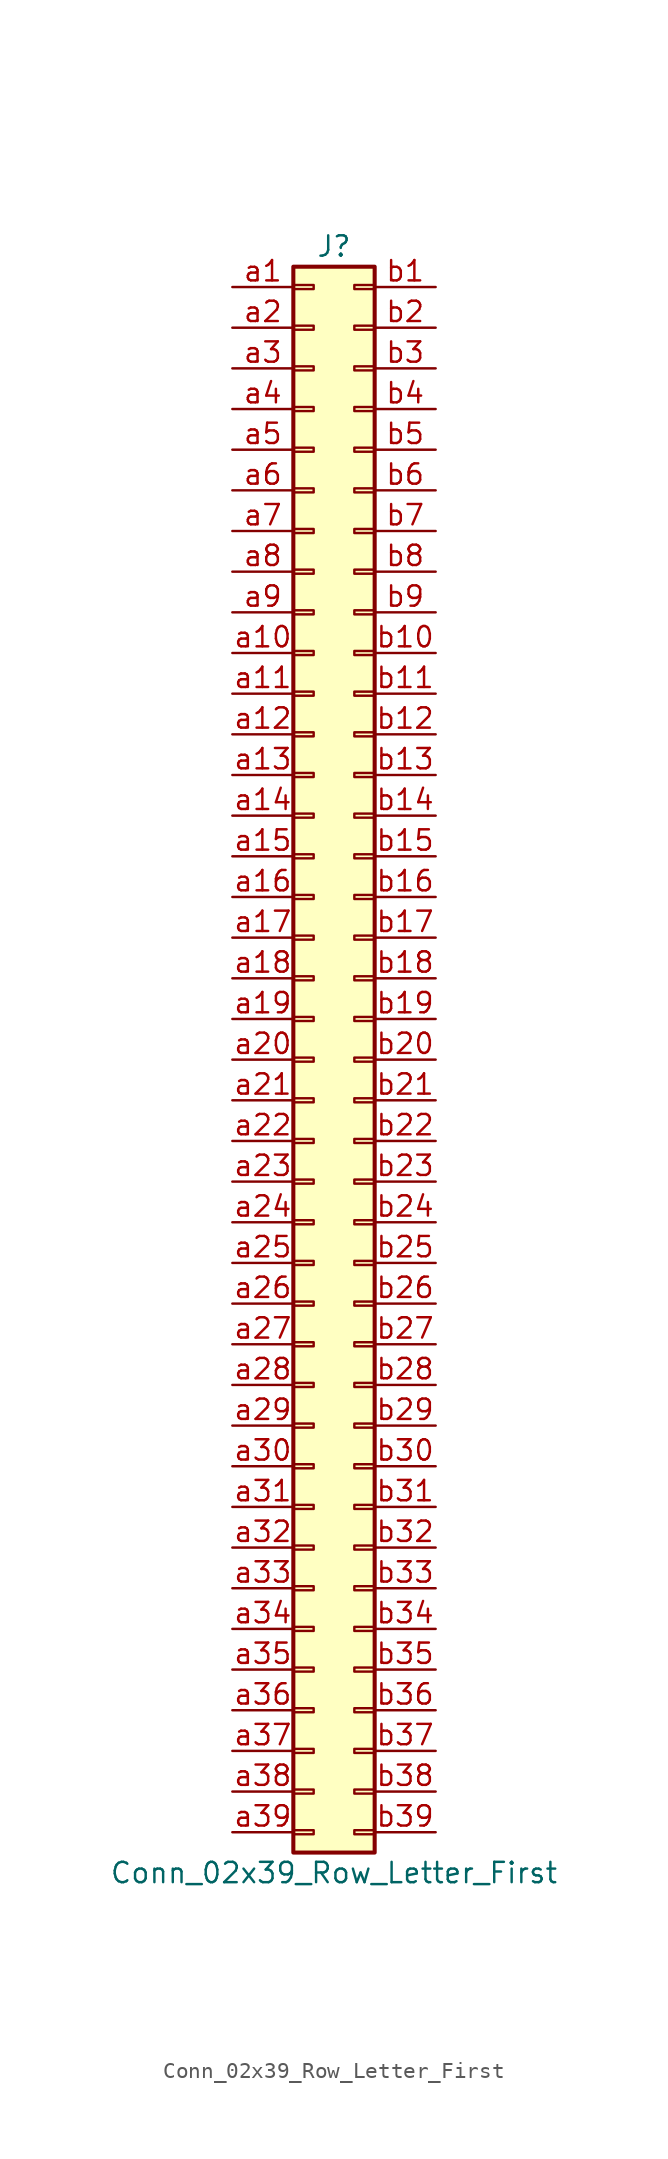
<source format=kicad_sym>
(kicad_symbol_lib
  (version 20220914)
  (generator kicad_symbol_editor)
  (symbol "Conn_02x39_Row_Letter_First"
    (pin_names
      (offset 1.016) hide)
    (property "Reference" "J"
      (at 1.27 50.8 0)
      (effects (font (size 1.27 1.27))))
    (property "Value" "Conn_02x39_Row_Letter_First"
      (at 1.27 -50.8 0)
      (effects (font (size 1.27 1.27))))
    (symbol "Conn_02x39_Row_Letter_First_1_1"
      (rectangle (start -1.27 -48.133) (end 0 -48.387) (stroke (width 0.152) (type solid)) (fill (type none)))
      (rectangle (start -1.27 -45.593) (end 0 -45.847) (stroke (width 0.152) (type solid)) (fill (type none)))
      (rectangle (start -1.27 -43.053) (end 0 -43.307) (stroke (width 0.152) (type solid)) (fill (type none)))
      (rectangle (start -1.27 -40.513) (end 0 -40.767) (stroke (width 0.152) (type solid)) (fill (type none)))
      (rectangle (start -1.27 -37.973) (end 0 -38.227) (stroke (width 0.152) (type solid)) (fill (type none)))
      (rectangle (start -1.27 -35.433) (end 0 -35.687) (stroke (width 0.152) (type solid)) (fill (type none)))
      (rectangle (start -1.27 -32.893) (end 0 -33.147) (stroke (width 0.152) (type solid)) (fill (type none)))
      (rectangle (start -1.27 -30.353) (end 0 -30.607) (stroke (width 0.152) (type solid)) (fill (type none)))
      (rectangle (start -1.27 -27.813) (end 0 -28.067) (stroke (width 0.152) (type solid)) (fill (type none)))
      (rectangle (start -1.27 -25.273) (end 0 -25.527) (stroke (width 0.152) (type solid)) (fill (type none)))
      (rectangle (start -1.27 -22.733) (end 0 -22.987) (stroke (width 0.152) (type solid)) (fill (type none)))
      (rectangle (start -1.27 -20.193) (end 0 -20.447) (stroke (width 0.152) (type solid)) (fill (type none)))
      (rectangle (start -1.27 -17.653) (end 0 -17.907) (stroke (width 0.152) (type solid)) (fill (type none)))
      (rectangle (start -1.27 -15.113) (end 0 -15.367) (stroke (width 0.152) (type solid)) (fill (type none)))
      (rectangle (start -1.27 -12.573) (end 0 -12.827) (stroke (width 0.152) (type solid)) (fill (type none)))
      (rectangle (start -1.27 -10.033) (end 0 -10.287) (stroke (width 0.152) (type solid)) (fill (type none)))
      (rectangle (start -1.27 -7.493) (end 0 -7.747) (stroke (width 0.152) (type solid)) (fill (type none)))
      (rectangle (start -1.27 -4.953) (end 0 -5.207) (stroke (width 0.152) (type solid)) (fill (type none)))
      (rectangle (start -1.27 -2.413) (end 0 -2.667) (stroke (width 0.152) (type solid)) (fill (type none)))
      (rectangle (start -1.27 0.127) (end 0 -0.127) (stroke (width 0.152) (type solid)) (fill (type none)))
      (rectangle (start -1.27 2.667) (end 0 2.413) (stroke (width 0.152) (type solid)) (fill (type none)))
      (rectangle (start -1.27 5.207) (end 0 4.953) (stroke (width 0.152) (type solid)) (fill (type none)))
      (rectangle (start -1.27 7.747) (end 0 7.493) (stroke (width 0.152) (type solid)) (fill (type none)))
      (rectangle (start -1.27 10.287) (end 0 10.033) (stroke (width 0.152) (type solid)) (fill (type none)))
      (rectangle (start -1.27 12.827) (end 0 12.573) (stroke (width 0.152) (type solid)) (fill (type none)))
      (rectangle (start -1.27 15.367) (end 0 15.113) (stroke (width 0.152) (type solid)) (fill (type none)))
      (rectangle (start -1.27 17.907) (end 0 17.653) (stroke (width 0.152) (type solid)) (fill (type none)))
      (rectangle (start -1.27 20.447) (end 0 20.193) (stroke (width 0.152) (type solid)) (fill (type none)))
      (rectangle (start -1.27 22.987) (end 0 22.733) (stroke (width 0.152) (type solid)) (fill (type none)))
      (rectangle (start -1.27 25.527) (end 0 25.273) (stroke (width 0.152) (type solid)) (fill (type none)))
      (rectangle (start -1.27 28.067) (end 0 27.813) (stroke (width 0.152) (type solid)) (fill (type none)))
      (rectangle (start -1.27 30.607) (end 0 30.353) (stroke (width 0.152) (type solid)) (fill (type none)))
      (rectangle (start -1.27 33.147) (end 0 32.893) (stroke (width 0.152) (type solid)) (fill (type none)))
      (rectangle (start -1.27 35.687) (end 0 35.433) (stroke (width 0.152) (type solid)) (fill (type none)))
      (rectangle (start -1.27 38.227) (end 0 37.973) (stroke (width 0.152) (type solid)) (fill (type none)))
      (rectangle (start -1.27 40.767) (end 0 40.513) (stroke (width 0.152) (type solid)) (fill (type none)))
      (rectangle (start -1.27 43.307) (end 0 43.053) (stroke (width 0.152) (type solid)) (fill (type none)))
      (rectangle (start -1.27 45.847) (end 0 45.593) (stroke (width 0.152) (type solid)) (fill (type none)))
      (rectangle (start -1.27 48.387) (end 0 48.133) (stroke (width 0.152) (type solid)) (fill (type none)))
      (rectangle (start -1.27 49.53) (end 3.81 -49.53) (stroke (width 0.254) (type solid)) (fill (type background)))
      (rectangle (start 3.81 -48.133) (end 2.54 -48.387) (stroke (width 0.152) (type solid)) (fill (type none)))
      (rectangle (start 3.81 -45.593) (end 2.54 -45.847) (stroke (width 0.152) (type solid)) (fill (type none)))
      (rectangle (start 3.81 -43.053) (end 2.54 -43.307) (stroke (width 0.152) (type solid)) (fill (type none)))
      (rectangle (start 3.81 -40.513) (end 2.54 -40.767) (stroke (width 0.152) (type solid)) (fill (type none)))
      (rectangle (start 3.81 -37.973) (end 2.54 -38.227) (stroke (width 0.152) (type solid)) (fill (type none)))
      (rectangle (start 3.81 -35.433) (end 2.54 -35.687) (stroke (width 0.152) (type solid)) (fill (type none)))
      (rectangle (start 3.81 -32.893) (end 2.54 -33.147) (stroke (width 0.152) (type solid)) (fill (type none)))
      (rectangle (start 3.81 -30.353) (end 2.54 -30.607) (stroke (width 0.152) (type solid)) (fill (type none)))
      (rectangle (start 3.81 -27.813) (end 2.54 -28.067) (stroke (width 0.152) (type solid)) (fill (type none)))
      (rectangle (start 3.81 -25.273) (end 2.54 -25.527) (stroke (width 0.152) (type solid)) (fill (type none)))
      (rectangle (start 3.81 -22.733) (end 2.54 -22.987) (stroke (width 0.152) (type solid)) (fill (type none)))
      (rectangle (start 3.81 -20.193) (end 2.54 -20.447) (stroke (width 0.152) (type solid)) (fill (type none)))
      (rectangle (start 3.81 -17.653) (end 2.54 -17.907) (stroke (width 0.152) (type solid)) (fill (type none)))
      (rectangle (start 3.81 -15.113) (end 2.54 -15.367) (stroke (width 0.152) (type solid)) (fill (type none)))
      (rectangle (start 3.81 -12.573) (end 2.54 -12.827) (stroke (width 0.152) (type solid)) (fill (type none)))
      (rectangle (start 3.81 -10.033) (end 2.54 -10.287) (stroke (width 0.152) (type solid)) (fill (type none)))
      (rectangle (start 3.81 -7.493) (end 2.54 -7.747) (stroke (width 0.152) (type solid)) (fill (type none)))
      (rectangle (start 3.81 -4.953) (end 2.54 -5.207) (stroke (width 0.152) (type solid)) (fill (type none)))
      (rectangle (start 3.81 -2.413) (end 2.54 -2.667) (stroke (width 0.152) (type solid)) (fill (type none)))
      (rectangle (start 3.81 0.127) (end 2.54 -0.127) (stroke (width 0.152) (type solid)) (fill (type none)))
      (rectangle (start 3.81 2.667) (end 2.54 2.413) (stroke (width 0.152) (type solid)) (fill (type none)))
      (rectangle (start 3.81 5.207) (end 2.54 4.953) (stroke (width 0.152) (type solid)) (fill (type none)))
      (rectangle (start 3.81 7.747) (end 2.54 7.493) (stroke (width 0.152) (type solid)) (fill (type none)))
      (rectangle (start 3.81 10.287) (end 2.54 10.033) (stroke (width 0.152) (type solid)) (fill (type none)))
      (rectangle (start 3.81 12.827) (end 2.54 12.573) (stroke (width 0.152) (type solid)) (fill (type none)))
      (rectangle (start 3.81 15.367) (end 2.54 15.113) (stroke (width 0.152) (type solid)) (fill (type none)))
      (rectangle (start 3.81 17.907) (end 2.54 17.653) (stroke (width 0.152) (type solid)) (fill (type none)))
      (rectangle (start 3.81 20.447) (end 2.54 20.193) (stroke (width 0.152) (type solid)) (fill (type none)))
      (rectangle (start 3.81 22.987) (end 2.54 22.733) (stroke (width 0.152) (type solid)) (fill (type none)))
      (rectangle (start 3.81 25.527) (end 2.54 25.273) (stroke (width 0.152) (type solid)) (fill (type none)))
      (rectangle (start 3.81 28.067) (end 2.54 27.813) (stroke (width 0.152) (type solid)) (fill (type none)))
      (rectangle (start 3.81 30.607) (end 2.54 30.353) (stroke (width 0.152) (type solid)) (fill (type none)))
      (rectangle (start 3.81 33.147) (end 2.54 32.893) (stroke (width 0.152) (type solid)) (fill (type none)))
      (rectangle (start 3.81 35.687) (end 2.54 35.433) (stroke (width 0.152) (type solid)) (fill (type none)))
      (rectangle (start 3.81 38.227) (end 2.54 37.973) (stroke (width 0.152) (type solid)) (fill (type none)))
      (rectangle (start 3.81 40.767) (end 2.54 40.513) (stroke (width 0.152) (type solid)) (fill (type none)))
      (rectangle (start 3.81 43.307) (end 2.54 43.053) (stroke (width 0.152) (type solid)) (fill (type none)))
      (rectangle (start 3.81 45.847) (end 2.54 45.593) (stroke (width 0.152) (type solid)) (fill (type none)))
      (rectangle (start 3.81 48.387) (end 2.54 48.133) (stroke (width 0.152) (type solid)) (fill (type none)))
      (pin passive line (at -5.08 48.26 0) (length 3.81) (name "Pin_a1" (effects (font (size 1.27 1.27)))) (number "a1" (effects (font (size 1.27 1.27)))))
      (pin passive line (at -5.08 25.4 0) (length 3.81) (name "Pin_a10" (effects (font (size 1.27 1.27)))) (number "a10" (effects (font (size 1.27 1.27)))))
      (pin passive line (at -5.08 22.86 0) (length 3.81) (name "Pin_a11" (effects (font (size 1.27 1.27)))) (number "a11" (effects (font (size 1.27 1.27)))))
      (pin passive line (at -5.08 20.32 0) (length 3.81) (name "Pin_a12" (effects (font (size 1.27 1.27)))) (number "a12" (effects (font (size 1.27 1.27)))))
      (pin passive line (at -5.08 17.78 0) (length 3.81) (name "Pin_a13" (effects (font (size 1.27 1.27)))) (number "a13" (effects (font (size 1.27 1.27)))))
      (pin passive line (at -5.08 15.24 0) (length 3.81) (name "Pin_a14" (effects (font (size 1.27 1.27)))) (number "a14" (effects (font (size 1.27 1.27)))))
      (pin passive line (at -5.08 12.7 0) (length 3.81) (name "Pin_a15" (effects (font (size 1.27 1.27)))) (number "a15" (effects (font (size 1.27 1.27)))))
      (pin passive line (at -5.08 10.16 0) (length 3.81) (name "Pin_a16" (effects (font (size 1.27 1.27)))) (number "a16" (effects (font (size 1.27 1.27)))))
      (pin passive line (at -5.08 7.62 0) (length 3.81) (name "Pin_a17" (effects (font (size 1.27 1.27)))) (number "a17" (effects (font (size 1.27 1.27)))))
      (pin passive line (at -5.08 5.08 0) (length 3.81) (name "Pin_a18" (effects (font (size 1.27 1.27)))) (number "a18" (effects (font (size 1.27 1.27)))))
      (pin passive line (at -5.08 2.54 0) (length 3.81) (name "Pin_a19" (effects (font (size 1.27 1.27)))) (number "a19" (effects (font (size 1.27 1.27)))))
      (pin passive line (at -5.08 45.72 0) (length 3.81) (name "Pin_a2" (effects (font (size 1.27 1.27)))) (number "a2" (effects (font (size 1.27 1.27)))))
      (pin passive line (at -5.08 0 0) (length 3.81) (name "Pin_a20" (effects (font (size 1.27 1.27)))) (number "a20" (effects (font (size 1.27 1.27)))))
      (pin passive line (at -5.08 -2.54 0) (length 3.81) (name "Pin_a21" (effects (font (size 1.27 1.27)))) (number "a21" (effects (font (size 1.27 1.27)))))
      (pin passive line (at -5.08 -5.08 0) (length 3.81) (name "Pin_a22" (effects (font (size 1.27 1.27)))) (number "a22" (effects (font (size 1.27 1.27)))))
      (pin passive line (at -5.08 -7.62 0) (length 3.81) (name "Pin_a23" (effects (font (size 1.27 1.27)))) (number "a23" (effects (font (size 1.27 1.27)))))
      (pin passive line (at -5.08 -10.16 0) (length 3.81) (name "Pin_a24" (effects (font (size 1.27 1.27)))) (number "a24" (effects (font (size 1.27 1.27)))))
      (pin passive line (at -5.08 -12.7 0) (length 3.81) (name "Pin_a25" (effects (font (size 1.27 1.27)))) (number "a25" (effects (font (size 1.27 1.27)))))
      (pin passive line (at -5.08 -15.24 0) (length 3.81) (name "Pin_a26" (effects (font (size 1.27 1.27)))) (number "a26" (effects (font (size 1.27 1.27)))))
      (pin passive line (at -5.08 -17.78 0) (length 3.81) (name "Pin_a27" (effects (font (size 1.27 1.27)))) (number "a27" (effects (font (size 1.27 1.27)))))
      (pin passive line (at -5.08 -20.32 0) (length 3.81) (name "Pin_a28" (effects (font (size 1.27 1.27)))) (number "a28" (effects (font (size 1.27 1.27)))))
      (pin passive line (at -5.08 -22.86 0) (length 3.81) (name "Pin_a29" (effects (font (size 1.27 1.27)))) (number "a29" (effects (font (size 1.27 1.27)))))
      (pin passive line (at -5.08 43.18 0) (length 3.81) (name "Pin_a3" (effects (font (size 1.27 1.27)))) (number "a3" (effects (font (size 1.27 1.27)))))
      (pin passive line (at -5.08 -25.4 0) (length 3.81) (name "Pin_a30" (effects (font (size 1.27 1.27)))) (number "a30" (effects (font (size 1.27 1.27)))))
      (pin passive line (at -5.08 -27.94 0) (length 3.81) (name "Pin_a31" (effects (font (size 1.27 1.27)))) (number "a31" (effects (font (size 1.27 1.27)))))
      (pin passive line (at -5.08 -30.48 0) (length 3.81) (name "Pin_a32" (effects (font (size 1.27 1.27)))) (number "a32" (effects (font (size 1.27 1.27)))))
      (pin passive line (at -5.08 -33.02 0) (length 3.81) (name "Pin_a33" (effects (font (size 1.27 1.27)))) (number "a33" (effects (font (size 1.27 1.27)))))
      (pin passive line (at -5.08 -35.56 0) (length 3.81) (name "Pin_a34" (effects (font (size 1.27 1.27)))) (number "a34" (effects (font (size 1.27 1.27)))))
      (pin passive line (at -5.08 -38.1 0) (length 3.81) (name "Pin_a35" (effects (font (size 1.27 1.27)))) (number "a35" (effects (font (size 1.27 1.27)))))
      (pin passive line (at -5.08 -40.64 0) (length 3.81) (name "Pin_a36" (effects (font (size 1.27 1.27)))) (number "a36" (effects (font (size 1.27 1.27)))))
      (pin passive line (at -5.08 -43.18 0) (length 3.81) (name "Pin_a37" (effects (font (size 1.27 1.27)))) (number "a37" (effects (font (size 1.27 1.27)))))
      (pin passive line (at -5.08 -45.72 0) (length 3.81) (name "Pin_a38" (effects (font (size 1.27 1.27)))) (number "a38" (effects (font (size 1.27 1.27)))))
      (pin passive line (at -5.08 -48.26 0) (length 3.81) (name "Pin_a39" (effects (font (size 1.27 1.27)))) (number "a39" (effects (font (size 1.27 1.27)))))
      (pin passive line (at -5.08 40.64 0) (length 3.81) (name "Pin_a4" (effects (font (size 1.27 1.27)))) (number "a4" (effects (font (size 1.27 1.27)))))
      (pin passive line (at -5.08 38.1 0) (length 3.81) (name "Pin_a5" (effects (font (size 1.27 1.27)))) (number "a5" (effects (font (size 1.27 1.27)))))
      (pin passive line (at -5.08 35.56 0) (length 3.81) (name "Pin_a6" (effects (font (size 1.27 1.27)))) (number "a6" (effects (font (size 1.27 1.27)))))
      (pin passive line (at -5.08 33.02 0) (length 3.81) (name "Pin_a7" (effects (font (size 1.27 1.27)))) (number "a7" (effects (font (size 1.27 1.27)))))
      (pin passive line (at -5.08 30.48 0) (length 3.81) (name "Pin_a8" (effects (font (size 1.27 1.27)))) (number "a8" (effects (font (size 1.27 1.27)))))
      (pin passive line (at -5.08 27.94 0) (length 3.81) (name "Pin_a9" (effects (font (size 1.27 1.27)))) (number "a9" (effects (font (size 1.27 1.27)))))
      (pin passive line (at 7.62 48.26 180) (length 3.81) (name "Pin_b1" (effects (font (size 1.27 1.27)))) (number "b1" (effects (font (size 1.27 1.27)))))
      (pin passive line (at 7.62 25.4 180) (length 3.81) (name "Pin_b10" (effects (font (size 1.27 1.27)))) (number "b10" (effects (font (size 1.27 1.27)))))
      (pin passive line (at 7.62 22.86 180) (length 3.81) (name "Pin_b11" (effects (font (size 1.27 1.27)))) (number "b11" (effects (font (size 1.27 1.27)))))
      (pin passive line (at 7.62 20.32 180) (length 3.81) (name "Pin_b12" (effects (font (size 1.27 1.27)))) (number "b12" (effects (font (size 1.27 1.27)))))
      (pin passive line (at 7.62 17.78 180) (length 3.81) (name "Pin_b13" (effects (font (size 1.27 1.27)))) (number "b13" (effects (font (size 1.27 1.27)))))
      (pin passive line (at 7.62 15.24 180) (length 3.81) (name "Pin_b14" (effects (font (size 1.27 1.27)))) (number "b14" (effects (font (size 1.27 1.27)))))
      (pin passive line (at 7.62 12.7 180) (length 3.81) (name "Pin_b15" (effects (font (size 1.27 1.27)))) (number "b15" (effects (font (size 1.27 1.27)))))
      (pin passive line (at 7.62 10.16 180) (length 3.81) (name "Pin_b16" (effects (font (size 1.27 1.27)))) (number "b16" (effects (font (size 1.27 1.27)))))
      (pin passive line (at 7.62 7.62 180) (length 3.81) (name "Pin_b17" (effects (font (size 1.27 1.27)))) (number "b17" (effects (font (size 1.27 1.27)))))
      (pin passive line (at 7.62 5.08 180) (length 3.81) (name "Pin_b18" (effects (font (size 1.27 1.27)))) (number "b18" (effects (font (size 1.27 1.27)))))
      (pin passive line (at 7.62 2.54 180) (length 3.81) (name "Pin_b19" (effects (font (size 1.27 1.27)))) (number "b19" (effects (font (size 1.27 1.27)))))
      (pin passive line (at 7.62 45.72 180) (length 3.81) (name "Pin_b2" (effects (font (size 1.27 1.27)))) (number "b2" (effects (font (size 1.27 1.27)))))
      (pin passive line (at 7.62 0 180) (length 3.81) (name "Pin_b20" (effects (font (size 1.27 1.27)))) (number "b20" (effects (font (size 1.27 1.27)))))
      (pin passive line (at 7.62 -2.54 180) (length 3.81) (name "Pin_b21" (effects (font (size 1.27 1.27)))) (number "b21" (effects (font (size 1.27 1.27)))))
      (pin passive line (at 7.62 -5.08 180) (length 3.81) (name "Pin_b22" (effects (font (size 1.27 1.27)))) (number "b22" (effects (font (size 1.27 1.27)))))
      (pin passive line (at 7.62 -7.62 180) (length 3.81) (name "Pin_b23" (effects (font (size 1.27 1.27)))) (number "b23" (effects (font (size 1.27 1.27)))))
      (pin passive line (at 7.62 -10.16 180) (length 3.81) (name "Pin_b24" (effects (font (size 1.27 1.27)))) (number "b24" (effects (font (size 1.27 1.27)))))
      (pin passive line (at 7.62 -12.7 180) (length 3.81) (name "Pin_b25" (effects (font (size 1.27 1.27)))) (number "b25" (effects (font (size 1.27 1.27)))))
      (pin passive line (at 7.62 -15.24 180) (length 3.81) (name "Pin_b26" (effects (font (size 1.27 1.27)))) (number "b26" (effects (font (size 1.27 1.27)))))
      (pin passive line (at 7.62 -17.78 180) (length 3.81) (name "Pin_b27" (effects (font (size 1.27 1.27)))) (number "b27" (effects (font (size 1.27 1.27)))))
      (pin passive line (at 7.62 -20.32 180) (length 3.81) (name "Pin_b28" (effects (font (size 1.27 1.27)))) (number "b28" (effects (font (size 1.27 1.27)))))
      (pin passive line (at 7.62 -22.86 180) (length 3.81) (name "Pin_b29" (effects (font (size 1.27 1.27)))) (number "b29" (effects (font (size 1.27 1.27)))))
      (pin passive line (at 7.62 43.18 180) (length 3.81) (name "Pin_b3" (effects (font (size 1.27 1.27)))) (number "b3" (effects (font (size 1.27 1.27)))))
      (pin passive line (at 7.62 -25.4 180) (length 3.81) (name "Pin_b30" (effects (font (size 1.27 1.27)))) (number "b30" (effects (font (size 1.27 1.27)))))
      (pin passive line (at 7.62 -27.94 180) (length 3.81) (name "Pin_b31" (effects (font (size 1.27 1.27)))) (number "b31" (effects (font (size 1.27 1.27)))))
      (pin passive line (at 7.62 -30.48 180) (length 3.81) (name "Pin_b32" (effects (font (size 1.27 1.27)))) (number "b32" (effects (font (size 1.27 1.27)))))
      (pin passive line (at 7.62 -33.02 180) (length 3.81) (name "Pin_b33" (effects (font (size 1.27 1.27)))) (number "b33" (effects (font (size 1.27 1.27)))))
      (pin passive line (at 7.62 -35.56 180) (length 3.81) (name "Pin_b34" (effects (font (size 1.27 1.27)))) (number "b34" (effects (font (size 1.27 1.27)))))
      (pin passive line (at 7.62 -38.1 180) (length 3.81) (name "Pin_b35" (effects (font (size 1.27 1.27)))) (number "b35" (effects (font (size 1.27 1.27)))))
      (pin passive line (at 7.62 -40.64 180) (length 3.81) (name "Pin_b36" (effects (font (size 1.27 1.27)))) (number "b36" (effects (font (size 1.27 1.27)))))
      (pin passive line (at 7.62 -43.18 180) (length 3.81) (name "Pin_b37" (effects (font (size 1.27 1.27)))) (number "b37" (effects (font (size 1.27 1.27)))))
      (pin passive line (at 7.62 -45.72 180) (length 3.81) (name "Pin_b38" (effects (font (size 1.27 1.27)))) (number "b38" (effects (font (size 1.27 1.27)))))
      (pin passive line (at 7.62 -48.26 180) (length 3.81) (name "Pin_b39" (effects (font (size 1.27 1.27)))) (number "b39" (effects (font (size 1.27 1.27)))))
      (pin passive line (at 7.62 40.64 180) (length 3.81) (name "Pin_b4" (effects (font (size 1.27 1.27)))) (number "b4" (effects (font (size 1.27 1.27)))))
      (pin passive line (at 7.62 38.1 180) (length 3.81) (name "Pin_b5" (effects (font (size 1.27 1.27)))) (number "b5" (effects (font (size 1.27 1.27)))))
      (pin passive line (at 7.62 35.56 180) (length 3.81) (name "Pin_b6" (effects (font (size 1.27 1.27)))) (number "b6" (effects (font (size 1.27 1.27)))))
      (pin passive line (at 7.62 33.02 180) (length 3.81) (name "Pin_b7" (effects (font (size 1.27 1.27)))) (number "b7" (effects (font (size 1.27 1.27)))))
      (pin passive line (at 7.62 30.48 180) (length 3.81) (name "Pin_b8" (effects (font (size 1.27 1.27)))) (number "b8" (effects (font (size 1.27 1.27)))))
      (pin passive line (at 7.62 27.94 180) (length 3.81) (name "Pin_b9" (effects (font (size 1.27 1.27)))) (number "b9" (effects (font (size 1.27 1.27))))))))
</source>
